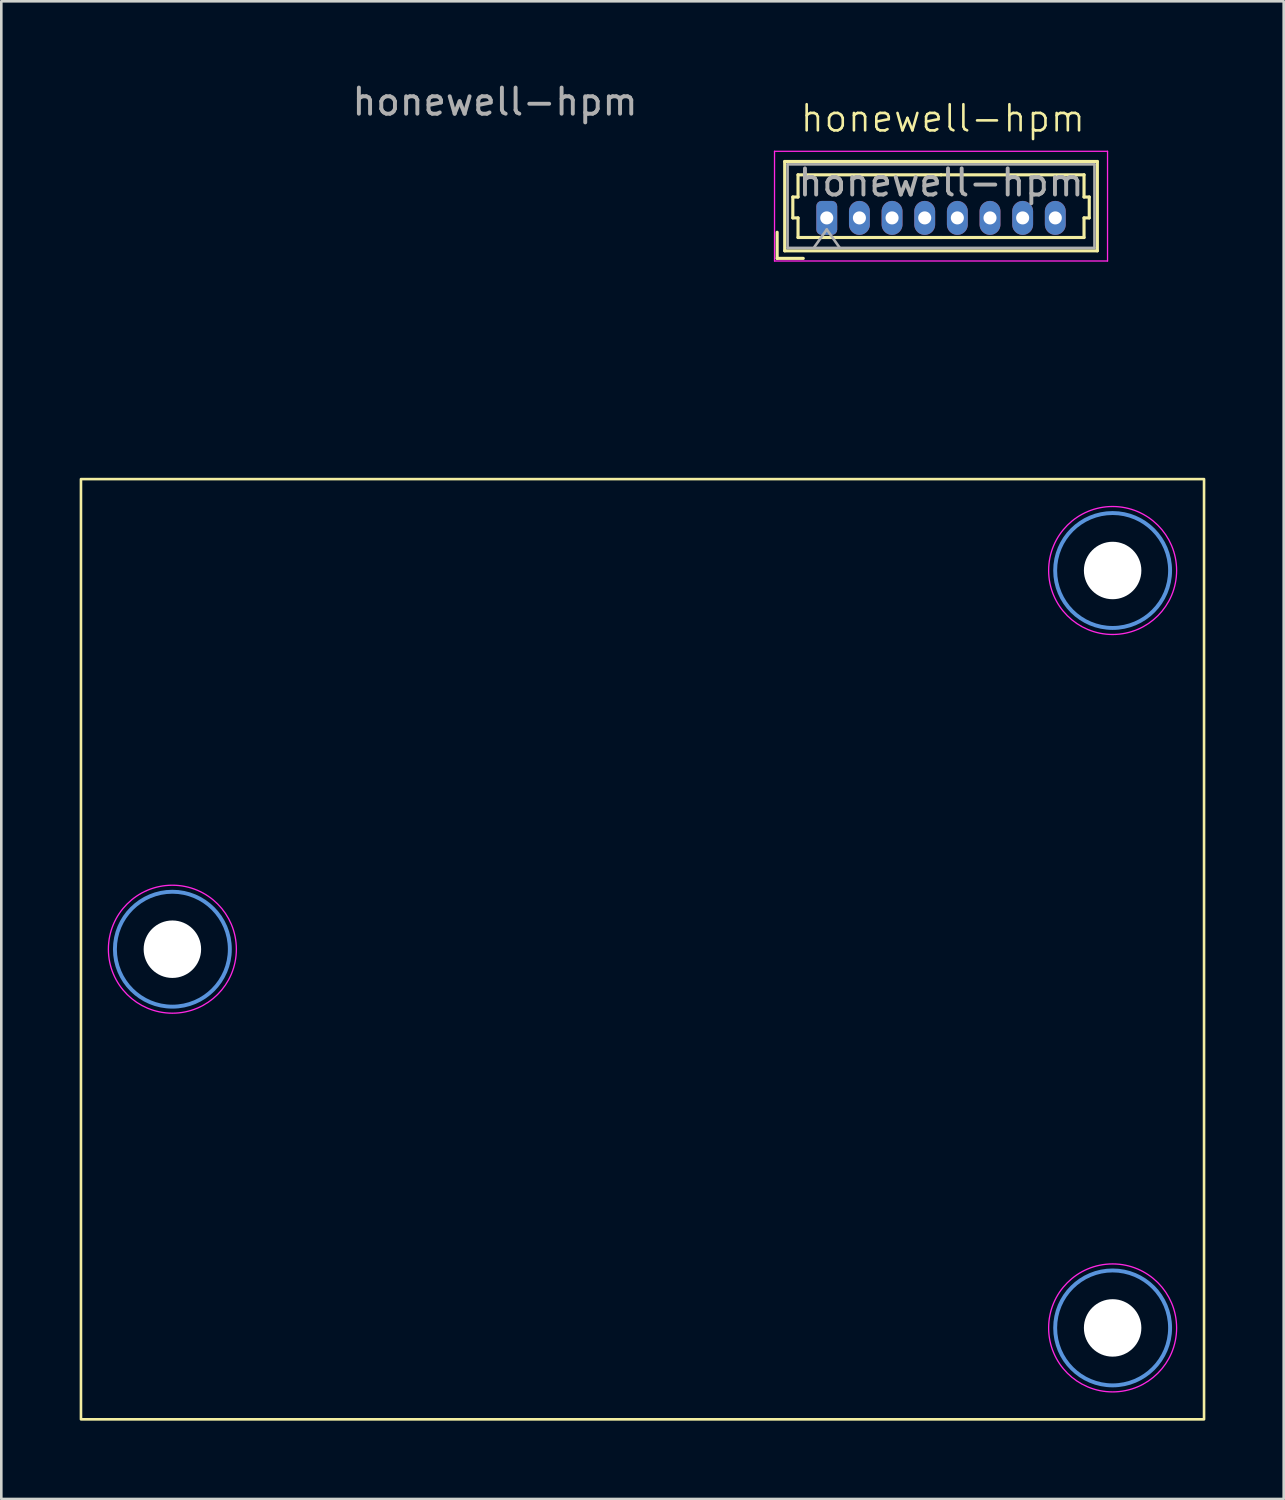
<source format=kicad_pcb>
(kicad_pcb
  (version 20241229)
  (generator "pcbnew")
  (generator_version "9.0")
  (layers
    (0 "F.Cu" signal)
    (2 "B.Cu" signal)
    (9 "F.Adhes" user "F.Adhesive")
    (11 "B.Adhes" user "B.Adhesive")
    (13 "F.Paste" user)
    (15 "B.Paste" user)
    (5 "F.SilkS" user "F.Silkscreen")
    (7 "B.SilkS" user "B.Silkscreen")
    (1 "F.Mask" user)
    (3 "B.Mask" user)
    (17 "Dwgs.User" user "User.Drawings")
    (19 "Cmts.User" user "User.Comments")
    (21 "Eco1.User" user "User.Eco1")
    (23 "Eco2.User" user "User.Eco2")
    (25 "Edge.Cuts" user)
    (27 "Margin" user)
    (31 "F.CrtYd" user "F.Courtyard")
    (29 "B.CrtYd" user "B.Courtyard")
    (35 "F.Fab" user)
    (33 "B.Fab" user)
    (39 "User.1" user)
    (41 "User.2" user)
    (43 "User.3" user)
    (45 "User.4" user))
  (footprint "honewell-hpm"
    (layer "F.Cu")
    (at 33.05 5.293)
    (property "Reference" "honewell-hpm" (at 0 -3.81 0) (unlocked yes) (layer "F.SilkS") (effects (font (size 1 1) (thickness 0.1))))
    (attr through_hole)
    (fp_line (start -6.345 1.55) (end -6.345 0.55) (stroke (width 0.12) (type solid)) (layer "F.SilkS"))
    (fp_line (start -6.345 1.55) (end -5.345 1.55) (stroke (width 0.12) (type solid)) (layer "F.SilkS"))
    (fp_line (start -6.055 -2.16) (end -6.055 1.26) (stroke (width 0.12) (type solid)) (layer "F.SilkS"))
    (fp_line (start -6.055 1.26) (end 5.915 1.26) (stroke (width 0.12) (type solid)) (layer "F.SilkS"))
    (fp_line (start -5.745 -0.8) (end -5.545 -0.8) (stroke (width 0.12) (type solid)) (layer "F.SilkS"))
    (fp_line (start -5.745 0) (end -5.745 -0.8) (stroke (width 0.12) (type solid)) (layer "F.SilkS"))
    (fp_line (start -5.545 -1.65) (end -0.07 -1.65) (stroke (width 0.12) (type solid)) (layer "F.SilkS"))
    (fp_line (start -5.545 -0.8) (end -5.545 -1.65) (stroke (width 0.12) (type solid)) (layer "F.SilkS"))
    (fp_line (start -5.545 0) (end -5.745 0) (stroke (width 0.12) (type solid)) (layer "F.SilkS"))
    (fp_line (start -5.545 0.75) (end -5.545 0) (stroke (width 0.12) (type solid)) (layer "F.SilkS"))
    (fp_line (start -0.07 0.75) (end -5.545 0.75) (stroke (width 0.12) (type solid)) (layer "F.SilkS"))
    (fp_line (start -0.07 0.75) (end 5.405 0.75) (stroke (width 0.12) (type solid)) (layer "F.SilkS"))
    (fp_line (start 5.405 -1.65) (end -0.07 -1.65) (stroke (width 0.12) (type solid)) (layer "F.SilkS"))
    (fp_line (start 5.405 -0.8) (end 5.405 -1.65) (stroke (width 0.12) (type solid)) (layer "F.SilkS"))
    (fp_line (start 5.405 0) (end 5.605 0) (stroke (width 0.12) (type solid)) (layer "F.SilkS"))
    (fp_line (start 5.405 0.75) (end 5.405 0) (stroke (width 0.12) (type solid)) (layer "F.SilkS"))
    (fp_line (start 5.605 -0.8) (end 5.405 -0.8) (stroke (width 0.12) (type solid)) (layer "F.SilkS"))
    (fp_line (start 5.605 0) (end 5.605 -0.8) (stroke (width 0.12) (type solid)) (layer "F.SilkS"))
    (fp_line (start 5.915 -2.16) (end -6.055 -2.16) (stroke (width 0.12) (type solid)) (layer "F.SilkS"))
    (fp_line (start 5.915 1.26) (end 5.915 -2.16) (stroke (width 0.12) (type solid)) (layer "F.SilkS"))
    (fp_rect (start 10 10) (end -33 46) (stroke (width 0.1) (type default)) (fill no) (layer "F.SilkS"))
    (fp_circle (center -29.5 28) (end -27.3 28) (stroke (width 0.15) (type solid)) (fill no) (layer "Cmts.User"))
    (fp_circle (center 6.5 13.5) (end 8.7 13.5) (stroke (width 0.15) (type solid)) (fill no) (layer "Cmts.User"))
    (fp_circle (center 6.5 42.5) (end 8.7 42.5) (stroke (width 0.15) (type solid)) (fill no) (layer "Cmts.User"))
    (fp_line (start -6.445 -2.55) (end -6.445 1.65) (stroke (width 0.05) (type solid)) (layer "F.CrtYd"))
    (fp_line (start -6.445 1.65) (end 6.305 1.65) (stroke (width 0.05) (type solid)) (layer "F.CrtYd"))
    (fp_line (start 6.305 -2.55) (end -6.445 -2.55) (stroke (width 0.05) (type solid)) (layer "F.CrtYd"))
    (fp_line (start 6.305 1.65) (end 6.305 -2.55) (stroke (width 0.05) (type solid)) (layer "F.CrtYd"))
    (fp_circle (center -29.5 28) (end -27.05 28) (stroke (width 0.05) (type solid)) (fill no) (layer "F.CrtYd"))
    (fp_circle (center 6.5 13.5) (end 8.95 13.5) (stroke (width 0.05) (type solid)) (fill no) (layer "F.CrtYd"))
    (fp_circle (center 6.5 42.5) (end 8.95 42.5) (stroke (width 0.05) (type solid)) (fill no) (layer "F.CrtYd"))
    (fp_line (start -5.945 -2.05) (end -5.945 1.15) (stroke (width 0.1) (type solid)) (layer "F.Fab"))
    (fp_line (start -5.945 1.15) (end 5.805 1.15) (stroke (width 0.1) (type solid)) (layer "F.Fab"))
    (fp_line (start -4.945 1.15) (end -4.445 0.443) (stroke (width 0.1) (type solid)) (layer "F.Fab"))
    (fp_line (start -4.445 0.443) (end -3.945 1.15) (stroke (width 0.1) (type solid)) (layer "F.Fab"))
    (fp_line (start 5.805 -2.05) (end -5.945 -2.05) (stroke (width 0.1) (type solid)) (layer "F.Fab"))
    (fp_line (start 5.805 1.15) (end 5.805 -2.05) (stroke (width 0.1) (type solid)) (layer "F.Fab"))
    (fp_text user "${REFERENCE}" (at -0.065 -1.35 0) (layer "F.Fab") (effects (font (size 1 1) (thickness 0.15))))
    (fp_text user "${REFERENCE}" (at -17.145 -4.445 0) (unlocked yes) (layer "F.Fab") (effects (font (size 1 1) (thickness 0.15))))
    (pad "" np_thru_hole circle (at -29.5 28) (size 2.2 2.2) (drill 2.2) (layers "*.Cu" "*.Mask"))
    (pad "" np_thru_hole circle (at 6.5 13.5) (size 2.2 2.2) (drill 2.2) (layers "*.Cu" "*.Mask"))
    (pad "" np_thru_hole circle (at 6.5 42.5) (size 2.2 2.2) (drill 2.2) (layers "*.Cu" "*.Mask"))
    (pad "1" thru_hole roundrect (at -4.445 0) (size 0.8 1.3) (drill 0.5) (layers "*.Cu" "*.Mask") (roundrect_rratio 0.25))
    (pad "2" thru_hole oval (at -3.195 0) (size 0.8 1.3) (drill 0.5) (layers "*.Cu" "*.Mask"))
    (pad "3" thru_hole oval (at -1.945 0) (size 0.8 1.3) (drill 0.5) (layers "*.Cu" "*.Mask"))
    (pad "4" thru_hole oval (at -0.695 0) (size 0.8 1.3) (drill 0.5) (layers "*.Cu" "*.Mask"))
    (pad "5" thru_hole oval (at 0.555 0) (size 0.8 1.3) (drill 0.5) (layers "*.Cu" "*.Mask"))
    (pad "6" thru_hole oval (at 1.805 0) (size 0.8 1.3) (drill 0.5) (layers "*.Cu" "*.Mask"))
    (pad "7" thru_hole oval (at 3.055 0) (size 0.8 1.3) (drill 0.5) (layers "*.Cu" "*.Mask"))
    (pad "8" thru_hole oval (at 4.305 0) (size 0.8 1.3) (drill 0.5) (layers "*.Cu" "*.Mask")))
  (gr_rect
    (start -3 -3)
    (end 46.1 54.343)
    (stroke (width 0.1) (type default))
    (fill no)
    (layer "Edge.Cuts")))
</source>
